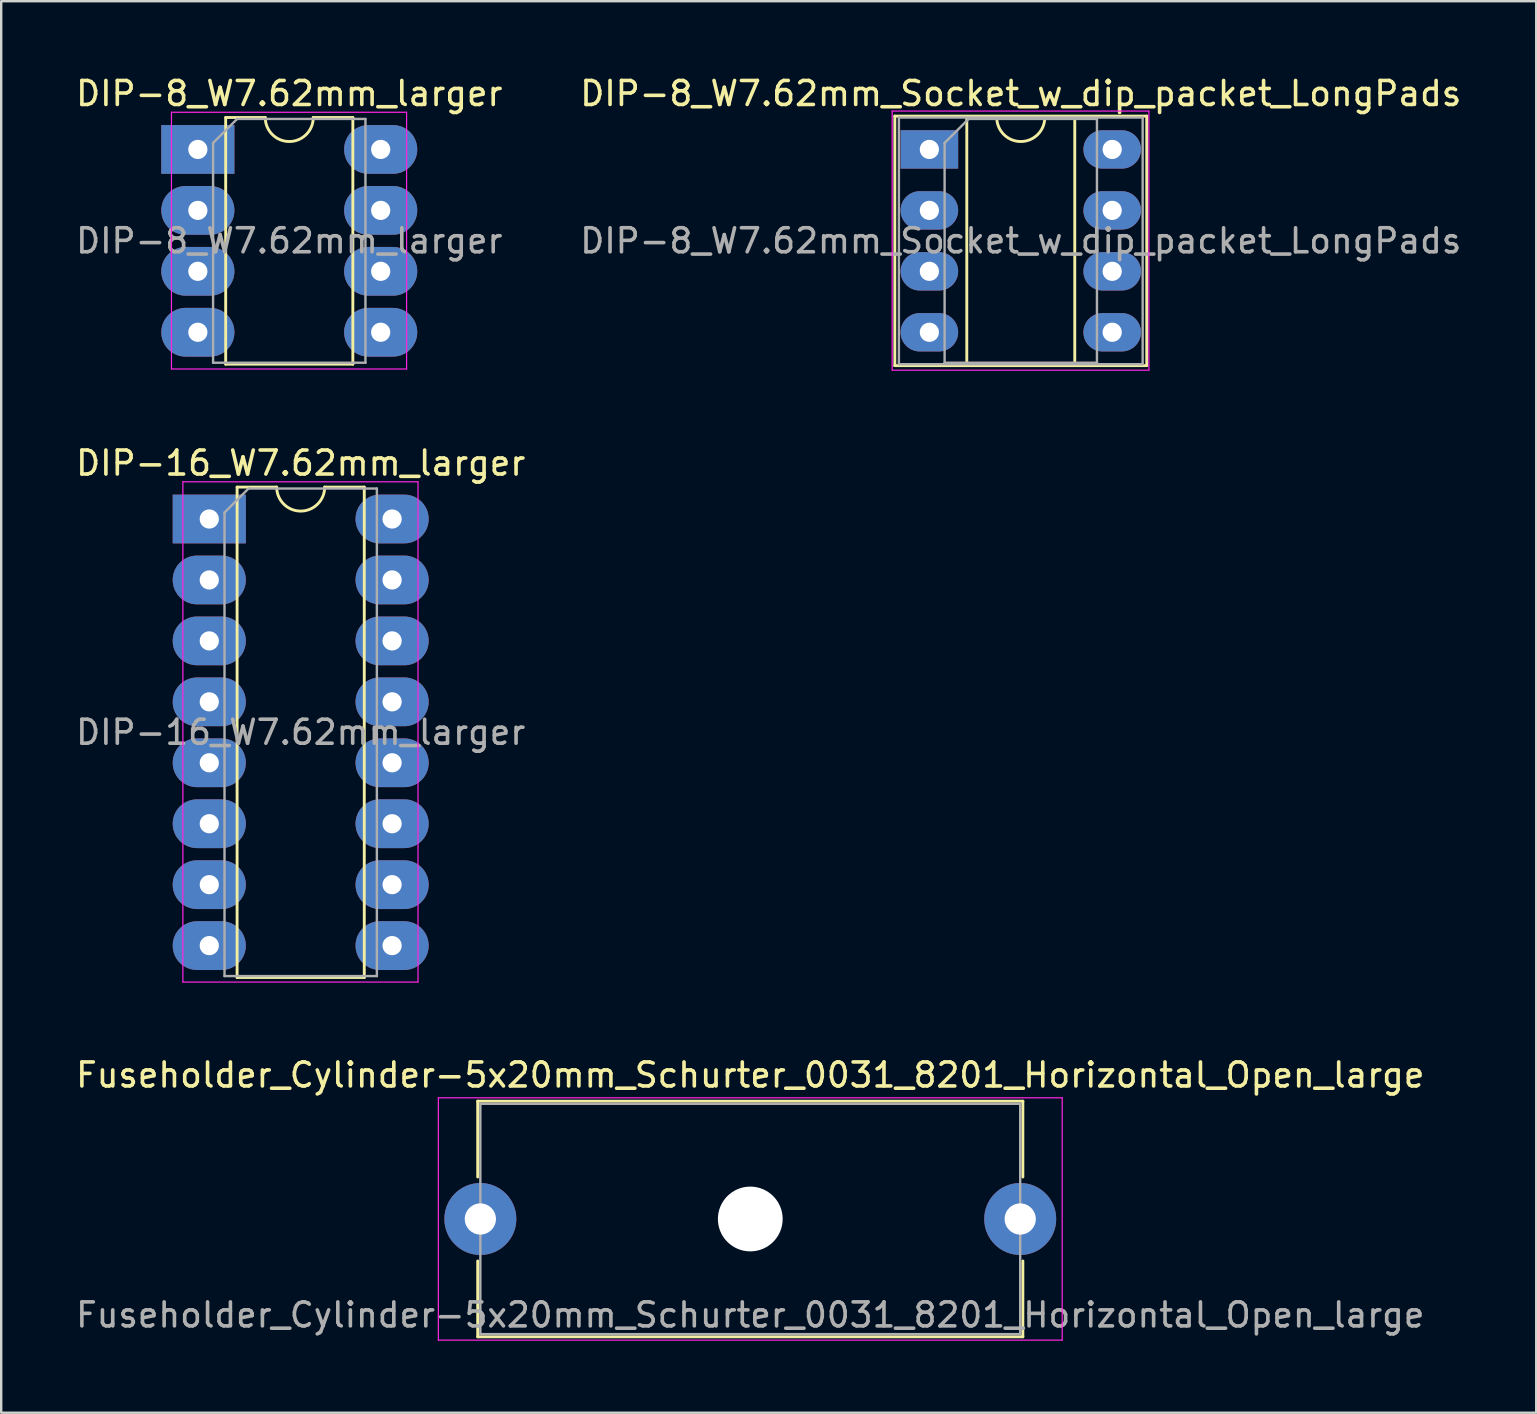
<source format=kicad_pcb>
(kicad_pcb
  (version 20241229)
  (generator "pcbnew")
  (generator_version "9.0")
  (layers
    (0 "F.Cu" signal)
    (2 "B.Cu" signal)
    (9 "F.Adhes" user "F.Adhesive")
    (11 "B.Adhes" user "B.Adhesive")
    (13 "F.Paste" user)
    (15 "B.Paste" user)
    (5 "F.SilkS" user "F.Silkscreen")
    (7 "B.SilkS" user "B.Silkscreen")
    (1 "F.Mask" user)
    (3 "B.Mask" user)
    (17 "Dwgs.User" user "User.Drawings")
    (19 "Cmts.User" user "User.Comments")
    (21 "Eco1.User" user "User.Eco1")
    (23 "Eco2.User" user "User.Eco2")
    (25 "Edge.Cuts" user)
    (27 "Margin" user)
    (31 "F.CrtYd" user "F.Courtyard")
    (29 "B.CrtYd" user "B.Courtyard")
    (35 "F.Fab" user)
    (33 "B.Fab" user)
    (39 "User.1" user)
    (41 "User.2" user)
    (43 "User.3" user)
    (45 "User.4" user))
  (footprint "DIP-8_W7.62mm_Socket_w_dip_packet_LongPads"
    (layer "F.Cu")
    (at 35.684 3.178)
    (property "Reference" "DIP-8_W7.62mm_Socket_w_dip_packet_LongPads" (at 3.81 -2.33 0) (layer "F.SilkS") (effects (font (size 1 1) (thickness 0.15))))
    (attr through_hole)
    (fp_line (start -1.44 -1.39) (end -1.44 9.01) (stroke (width 0.12) (type solid)) (layer "F.SilkS"))
    (fp_line (start -1.44 9.01) (end 9.06 9.01) (stroke (width 0.12) (type solid)) (layer "F.SilkS"))
    (fp_line (start 1.56 -1.33) (end 1.56 8.95) (stroke (width 0.12) (type solid)) (layer "F.SilkS"))
    (fp_line (start 1.56 8.95) (end 6.06 8.95) (stroke (width 0.12) (type solid)) (layer "F.SilkS"))
    (fp_line (start 2.81 -1.33) (end 1.56 -1.33) (stroke (width 0.12) (type solid)) (layer "F.SilkS"))
    (fp_line (start 6.06 -1.33) (end 4.81 -1.33) (stroke (width 0.12) (type solid)) (layer "F.SilkS"))
    (fp_line (start 6.06 8.95) (end 6.06 -1.33) (stroke (width 0.12) (type solid)) (layer "F.SilkS"))
    (fp_line (start 9.06 -1.39) (end -1.44 -1.39) (stroke (width 0.12) (type solid)) (layer "F.SilkS"))
    (fp_line (start 9.06 9.01) (end 9.06 -1.39) (stroke (width 0.12) (type solid)) (layer "F.SilkS"))
    (fp_arc (start 4.81 -1.33) (mid 3.81 -0.33) (end 2.81 -1.33) (stroke (width 0.12) (type solid)) (layer "F.SilkS"))
    (fp_line (start -1.55 -1.6) (end -1.55 9.2) (stroke (width 0.05) (type solid)) (layer "F.CrtYd"))
    (fp_line (start -1.55 9.2) (end 9.15 9.2) (stroke (width 0.05) (type solid)) (layer "F.CrtYd"))
    (fp_line (start 9.15 -1.6) (end -1.55 -1.6) (stroke (width 0.05) (type solid)) (layer "F.CrtYd"))
    (fp_line (start 9.15 9.2) (end 9.15 -1.6) (stroke (width 0.05) (type solid)) (layer "F.CrtYd"))
    (fp_line (start -1.27 -1.33) (end -1.27 8.95) (stroke (width 0.1) (type solid)) (layer "F.Fab"))
    (fp_line (start -1.27 8.95) (end 8.89 8.95) (stroke (width 0.1) (type solid)) (layer "F.Fab"))
    (fp_line (start 0.635 -0.27) (end 1.635 -1.27) (stroke (width 0.1) (type solid)) (layer "F.Fab"))
    (fp_line (start 0.635 8.89) (end 0.635 -0.27) (stroke (width 0.1) (type solid)) (layer "F.Fab"))
    (fp_line (start 1.635 -1.27) (end 6.985 -1.27) (stroke (width 0.1) (type solid)) (layer "F.Fab"))
    (fp_line (start 6.985 -1.27) (end 6.985 8.89) (stroke (width 0.1) (type solid)) (layer "F.Fab"))
    (fp_line (start 6.985 8.89) (end 0.635 8.89) (stroke (width 0.1) (type solid)) (layer "F.Fab"))
    (fp_line (start 8.89 -1.33) (end -1.27 -1.33) (stroke (width 0.1) (type solid)) (layer "F.Fab"))
    (fp_line (start 8.89 8.95) (end 8.89 -1.33) (stroke (width 0.1) (type solid)) (layer "F.Fab"))
    (fp_text user "${REFERENCE}" (at 3.81 3.81 0) (layer "F.Fab") (effects (font (size 1 1) (thickness 0.15))))
    (pad "1" thru_hole rect (at 0 0) (size 2.4 1.6) (drill 0.8) (layers "*.Cu" "*.Mask"))
    (pad "2" thru_hole oval (at 0 2.54) (size 2.4 1.6) (drill 0.8) (layers "*.Cu" "*.Mask"))
    (pad "3" thru_hole oval (at 0 5.08) (size 2.4 1.6) (drill 0.8) (layers "*.Cu" "*.Mask"))
    (pad "4" thru_hole oval (at 0 7.62) (size 2.4 1.6) (drill 0.8) (layers "*.Cu" "*.Mask"))
    (pad "5" thru_hole oval (at 7.62 7.62) (size 2.4 1.6) (drill 0.8) (layers "*.Cu" "*.Mask"))
    (pad "6" thru_hole oval (at 7.62 5.08) (size 2.4 1.6) (drill 0.8) (layers "*.Cu" "*.Mask"))
    (pad "7" thru_hole oval (at 7.62 2.54) (size 2.4 1.6) (drill 0.8) (layers "*.Cu" "*.Mask"))
    (pad "8" thru_hole oval (at 7.62 0) (size 2.4 1.6) (drill 0.8) (layers "*.Cu" "*.Mask")))
  (footprint "DIP-8_W7.62mm_larger"
    (layer "F.Cu")
    (at 5.196 3.178)
    (property "Reference" "DIP-8_W7.62mm_larger" (at 3.81 -2.33 0) (layer "F.SilkS") (effects (font (size 1 1) (thickness 0.15))))
    (attr through_hole)
    (fp_line (start 1.16 -1.33) (end 1.16 8.95) (stroke (width 0.12) (type solid)) (layer "F.SilkS"))
    (fp_line (start 1.16 8.95) (end 6.46 8.95) (stroke (width 0.12) (type solid)) (layer "F.SilkS"))
    (fp_line (start 2.81 -1.33) (end 1.16 -1.33) (stroke (width 0.12) (type solid)) (layer "F.SilkS"))
    (fp_line (start 6.46 -1.33) (end 4.81 -1.33) (stroke (width 0.12) (type solid)) (layer "F.SilkS"))
    (fp_line (start 6.46 8.95) (end 6.46 -1.33) (stroke (width 0.12) (type solid)) (layer "F.SilkS"))
    (fp_arc (start 4.81 -1.33) (mid 3.81 -0.33) (end 2.81 -1.33) (stroke (width 0.12) (type solid)) (layer "F.SilkS"))
    (fp_line (start -1.1 -1.55) (end -1.1 9.15) (stroke (width 0.05) (type solid)) (layer "F.CrtYd"))
    (fp_line (start -1.1 9.15) (end 8.7 9.15) (stroke (width 0.05) (type solid)) (layer "F.CrtYd"))
    (fp_line (start 8.7 -1.55) (end -1.1 -1.55) (stroke (width 0.05) (type solid)) (layer "F.CrtYd"))
    (fp_line (start 8.7 9.15) (end 8.7 -1.55) (stroke (width 0.05) (type solid)) (layer "F.CrtYd"))
    (fp_line (start 0.635 -0.27) (end 1.635 -1.27) (stroke (width 0.1) (type solid)) (layer "F.Fab"))
    (fp_line (start 0.635 8.89) (end 0.635 -0.27) (stroke (width 0.1) (type solid)) (layer "F.Fab"))
    (fp_line (start 1.635 -1.27) (end 6.985 -1.27) (stroke (width 0.1) (type solid)) (layer "F.Fab"))
    (fp_line (start 6.985 -1.27) (end 6.985 8.89) (stroke (width 0.1) (type solid)) (layer "F.Fab"))
    (fp_line (start 6.985 8.89) (end 0.635 8.89) (stroke (width 0.1) (type solid)) (layer "F.Fab"))
    (fp_text user "${REFERENCE}" (at 3.81 3.81 0) (layer "F.Fab") (effects (font (size 1 1) (thickness 0.15))))
    (pad "1" thru_hole rect (at 0 0) (size 3.048 2.032) (drill 0.8) (layers "*.Cu" "*.Mask"))
    (pad "2" thru_hole oval (at 0 2.54) (size 3.048 2.032) (drill 0.8) (layers "*.Cu" "*.Mask"))
    (pad "3" thru_hole oval (at 0 5.08) (size 3.048 2.032) (drill 0.8) (layers "*.Cu" "*.Mask"))
    (pad "4" thru_hole oval (at 0 7.62) (size 3.048 2.032) (drill 0.8) (layers "*.Cu" "*.Mask"))
    (pad "5" thru_hole oval (at 7.62 7.62) (size 3.048 2.032) (drill 0.8) (layers "*.Cu" "*.Mask"))
    (pad "6" thru_hole oval (at 7.62 5.08) (size 3.048 2.032) (drill 0.8) (layers "*.Cu" "*.Mask"))
    (pad "7" thru_hole oval (at 7.62 2.54) (size 3.048 2.032) (drill 0.8) (layers "*.Cu" "*.Mask"))
    (pad "8" thru_hole oval (at 7.62 0) (size 3.048 2.032) (drill 0.8) (layers "*.Cu" "*.Mask")))
  (footprint "Fuseholder_Cylinder-5x20mm_Schurter_0031_8201_Horizontal_Open_large"
    (layer "F.Cu")
    (at 16.97 47.755)
    (property "Reference" "Fuseholder_Cylinder-5x20mm_Schurter_0031_8201_Horizontal_Open_large" (at 11.25 -6 0) (layer "F.SilkS") (effects (font (size 1 1) (thickness 0.15))))
    (attr through_hole)
    (fp_line (start -0.11 -4.91) (end 22.61 -4.91) (stroke (width 0.12) (type solid)) (layer "F.SilkS"))
    (fp_line (start -0.11 -1.75) (end -0.11 -4.91) (stroke (width 0.12) (type solid)) (layer "F.SilkS"))
    (fp_line (start -0.11 4.91) (end -0.11 1.75) (stroke (width 0.12) (type solid)) (layer "F.SilkS"))
    (fp_line (start -0.11 4.91) (end 22.61 4.91) (stroke (width 0.12) (type solid)) (layer "F.SilkS"))
    (fp_line (start 22.61 -1.75) (end 22.61 -4.91) (stroke (width 0.12) (type solid)) (layer "F.SilkS"))
    (fp_line (start 22.61 4.91) (end 22.61 1.75) (stroke (width 0.12) (type solid)) (layer "F.SilkS"))
    (fp_line (start -1.75 -5.05) (end 24.25 -5.05) (stroke (width 0.05) (type solid)) (layer "F.CrtYd"))
    (fp_line (start -1.75 5.05) (end -1.75 -5.05) (stroke (width 0.05) (type solid)) (layer "F.CrtYd"))
    (fp_line (start 24.25 -5.05) (end 24.25 5.05) (stroke (width 0.05) (type solid)) (layer "F.CrtYd"))
    (fp_line (start 24.25 5.05) (end -1.75 5.05) (stroke (width 0.05) (type solid)) (layer "F.CrtYd"))
    (fp_line (start 0 -4.8) (end 0 4.8) (stroke (width 0.1) (type solid)) (layer "F.Fab"))
    (fp_line (start 0 4.8) (end 22.5 4.8) (stroke (width 0.1) (type solid)) (layer "F.Fab"))
    (fp_line (start 22.5 -4.8) (end 0 -4.8) (stroke (width 0.1) (type solid)) (layer "F.Fab"))
    (fp_line (start 22.5 4.8) (end 22.5 -4.8) (stroke (width 0.1) (type solid)) (layer "F.Fab"))
    (fp_text user "${REFERENCE}" (at 11.25 4 0) (layer "F.Fab") (effects (font (size 1 1) (thickness 0.15))))
    (pad "" np_thru_hole circle (at 11.25 0) (size 2.7 2.7) (drill 2.7) (layers "*.Cu" "*.Mask"))
    (pad "1" thru_hole circle (at 0 0) (size 3 3) (drill 1.3) (layers "*.Cu" "*.Mask"))
    (pad "2" thru_hole circle (at 22.5 0) (size 3 3) (drill 1.3) (layers "*.Cu" "*.Mask")))
  (footprint "DIP-16_W7.62mm_larger"
    (layer "F.Cu")
    (at 5.672 18.581)
    (property "Reference" "DIP-16_W7.62mm_larger" (at 3.81 -2.33 0) (layer "F.SilkS") (effects (font (size 1 1) (thickness 0.15))))
    (attr through_hole)
    (fp_line (start 1.16 -1.33) (end 1.16 19.11) (stroke (width 0.12) (type solid)) (layer "F.SilkS"))
    (fp_line (start 1.16 19.11) (end 6.46 19.11) (stroke (width 0.12) (type solid)) (layer "F.SilkS"))
    (fp_line (start 2.81 -1.33) (end 1.16 -1.33) (stroke (width 0.12) (type solid)) (layer "F.SilkS"))
    (fp_line (start 6.46 -1.33) (end 4.81 -1.33) (stroke (width 0.12) (type solid)) (layer "F.SilkS"))
    (fp_line (start 6.46 19.11) (end 6.46 -1.33) (stroke (width 0.12) (type solid)) (layer "F.SilkS"))
    (fp_arc (start 4.81 -1.33) (mid 3.81 -0.33) (end 2.81 -1.33) (stroke (width 0.12) (type solid)) (layer "F.SilkS"))
    (fp_line (start -1.1 -1.55) (end -1.1 19.3) (stroke (width 0.05) (type solid)) (layer "F.CrtYd"))
    (fp_line (start -1.1 19.3) (end 8.7 19.3) (stroke (width 0.05) (type solid)) (layer "F.CrtYd"))
    (fp_line (start 8.7 -1.55) (end -1.1 -1.55) (stroke (width 0.05) (type solid)) (layer "F.CrtYd"))
    (fp_line (start 8.7 19.3) (end 8.7 -1.55) (stroke (width 0.05) (type solid)) (layer "F.CrtYd"))
    (fp_line (start 0.635 -0.27) (end 1.635 -1.27) (stroke (width 0.1) (type solid)) (layer "F.Fab"))
    (fp_line (start 0.635 19.05) (end 0.635 -0.27) (stroke (width 0.1) (type solid)) (layer "F.Fab"))
    (fp_line (start 1.635 -1.27) (end 6.985 -1.27) (stroke (width 0.1) (type solid)) (layer "F.Fab"))
    (fp_line (start 6.985 -1.27) (end 6.985 19.05) (stroke (width 0.1) (type solid)) (layer "F.Fab"))
    (fp_line (start 6.985 19.05) (end 0.635 19.05) (stroke (width 0.1) (type solid)) (layer "F.Fab"))
    (fp_text user "${REFERENCE}" (at 3.81 8.89 0) (layer "F.Fab") (effects (font (size 1 1) (thickness 0.15))))
    (pad "1" thru_hole rect (at 0 0) (size 3.048 2.032) (drill 0.8) (layers "*.Cu" "*.Mask"))
    (pad "2" thru_hole oval (at 0 2.54) (size 3.048 2.032) (drill 0.8) (layers "*.Cu" "*.Mask"))
    (pad "3" thru_hole oval (at 0 5.08) (size 3.048 2.032) (drill 0.8) (layers "*.Cu" "*.Mask"))
    (pad "4" thru_hole oval (at 0 7.62) (size 3.048 2.032) (drill 0.8) (layers "*.Cu" "*.Mask"))
    (pad "5" thru_hole oval (at 0 10.16) (size 3.048 2.032) (drill 0.8) (layers "*.Cu" "*.Mask"))
    (pad "6" thru_hole oval (at 0 12.7) (size 3.048 2.032) (drill 0.8) (layers "*.Cu" "*.Mask"))
    (pad "7" thru_hole oval (at 0 15.24) (size 3.048 2.032) (drill 0.8) (layers "*.Cu" "*.Mask"))
    (pad "8" thru_hole oval (at 0 17.78) (size 3.048 2.032) (drill 0.8) (layers "*.Cu" "*.Mask"))
    (pad "9" thru_hole oval (at 7.62 17.78) (size 3.048 2.032) (drill 0.8) (layers "*.Cu" "*.Mask"))
    (pad "10" thru_hole oval (at 7.62 15.24) (size 3.048 2.032) (drill 0.8) (layers "*.Cu" "*.Mask"))
    (pad "11" thru_hole oval (at 7.62 12.7) (size 3.048 2.032) (drill 0.8) (layers "*.Cu" "*.Mask"))
    (pad "12" thru_hole oval (at 7.62 10.16) (size 3.048 2.032) (drill 0.8) (layers "*.Cu" "*.Mask"))
    (pad "13" thru_hole oval (at 7.62 7.62) (size 3.048 2.032) (drill 0.8) (layers "*.Cu" "*.Mask"))
    (pad "14" thru_hole oval (at 7.62 5.08) (size 3.048 2.032) (drill 0.8) (layers "*.Cu" "*.Mask"))
    (pad "15" thru_hole oval (at 7.62 2.54) (size 3.048 2.032) (drill 0.8) (layers "*.Cu" "*.Mask"))
    (pad "16" thru_hole oval (at 7.62 0) (size 3.048 2.032) (drill 0.8) (layers "*.Cu" "*.Mask")))
  (gr_rect
    (start -3 -3)
    (end 60.976 55.83)
    (stroke (width 0.1) (type default))
    (fill no)
    (layer "Edge.Cuts")))
</source>
